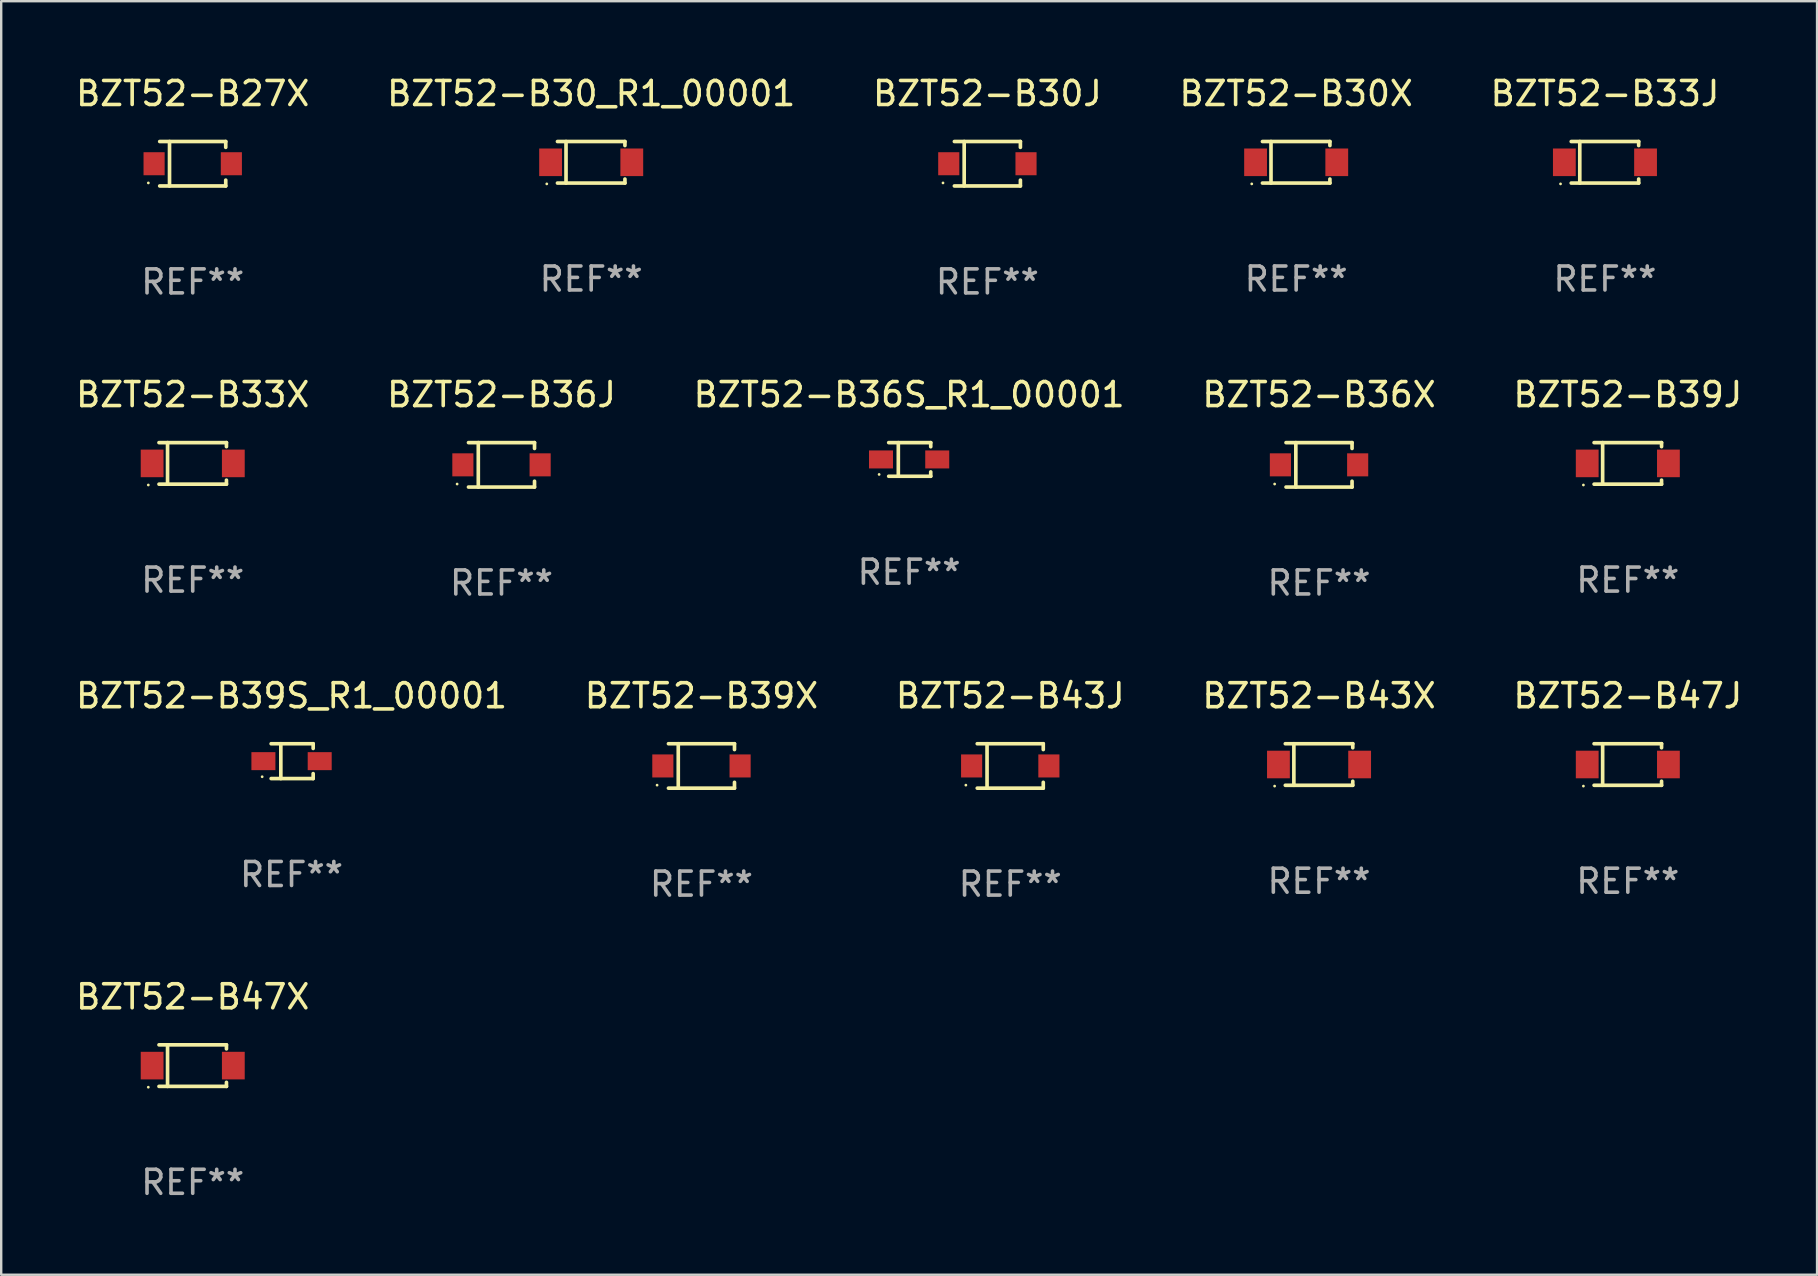
<source format=kicad_pcb>
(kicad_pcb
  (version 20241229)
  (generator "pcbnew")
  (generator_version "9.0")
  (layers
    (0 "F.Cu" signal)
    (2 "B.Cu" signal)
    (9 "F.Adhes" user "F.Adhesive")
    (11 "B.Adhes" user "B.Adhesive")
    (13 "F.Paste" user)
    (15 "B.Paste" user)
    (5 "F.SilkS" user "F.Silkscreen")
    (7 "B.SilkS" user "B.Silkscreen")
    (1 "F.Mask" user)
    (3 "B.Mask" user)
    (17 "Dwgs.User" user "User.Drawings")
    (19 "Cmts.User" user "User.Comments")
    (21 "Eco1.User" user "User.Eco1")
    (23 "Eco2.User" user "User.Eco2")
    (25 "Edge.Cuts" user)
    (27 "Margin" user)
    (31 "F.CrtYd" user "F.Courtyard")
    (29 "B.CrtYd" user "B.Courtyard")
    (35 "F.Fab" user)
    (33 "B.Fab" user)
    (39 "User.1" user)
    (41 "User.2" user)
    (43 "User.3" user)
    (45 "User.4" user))
  (footprint "BZT52-B36X"
    (layer "F.Cu")
    (at 51.923 16.323)
    (property "Reference" "BZT52-B36X" (at 0 -2.926 0) (layer "F.SilkS") (effects (font (size 1 1) (thickness 0.15))))
    (attr through_hole)
    (fp_line (start -1.376 -0.926) (end 1.376 -0.926) (stroke (width 0.152) (type solid)) (layer "F.SilkS"))
    (fp_line (start -1.376 0.926) (end 1.376 0.926) (stroke (width 0.152) (type solid)) (layer "F.SilkS"))
    (fp_line (start -0.967 -0.926) (end -0.967 0.926) (stroke (width 0.152) (type solid)) (layer "F.SilkS"))
    (fp_line (start 1.376 -0.926) (end 1.376 -0.683) (stroke (width 0.152) (type solid)) (layer "F.SilkS"))
    (fp_line (start 1.376 0.926) (end 1.376 0.683) (stroke (width 0.152) (type solid)) (layer "F.SilkS"))
    (fp_circle (center -1.85 0.8) (end -1.82 0.8) (stroke (width 0.06) (type solid)) (fill no) (layer "F.SilkS"))
    (fp_text user "REF**" (at 0 4.926 0) (layer "F.Fab") (effects (font (size 1 1) (thickness 0.15))))
    (pad "1" smd rect (at -1.61 0) (size 0.88 0.96) (layers "F.Cu" "F.Mask" "F.Paste"))
    (pad "2" smd rect (at 1.61 0) (size 0.88 0.96) (layers "F.Cu" "F.Mask" "F.Paste")))
  (footprint "BZT52-B27X"
    (layer "F.Cu")
    (at 4.982 3.774)
    (property "Reference" "BZT52-B27X" (at 0 -2.926 0) (layer "F.SilkS") (effects (font (size 1 1) (thickness 0.15))))
    (attr through_hole)
    (fp_line (start -1.376 -0.926) (end 1.376 -0.926) (stroke (width 0.152) (type solid)) (layer "F.SilkS"))
    (fp_line (start -1.376 0.926) (end 1.376 0.926) (stroke (width 0.152) (type solid)) (layer "F.SilkS"))
    (fp_line (start -0.967 -0.926) (end -0.967 0.926) (stroke (width 0.152) (type solid)) (layer "F.SilkS"))
    (fp_line (start 1.376 -0.926) (end 1.376 -0.683) (stroke (width 0.152) (type solid)) (layer "F.SilkS"))
    (fp_line (start 1.376 0.926) (end 1.376 0.683) (stroke (width 0.152) (type solid)) (layer "F.SilkS"))
    (fp_circle (center -1.85 0.8) (end -1.82 0.8) (stroke (width 0.06) (type solid)) (fill no) (layer "F.SilkS"))
    (fp_text user "REF**" (at 0 4.926 0) (layer "F.Fab") (effects (font (size 1 1) (thickness 0.15))))
    (pad "1" smd rect (at -1.61 0) (size 0.88 0.96) (layers "F.Cu" "F.Mask" "F.Paste"))
    (pad "2" smd rect (at 1.61 0) (size 0.88 0.96) (layers "F.Cu" "F.Mask" "F.Paste")))
  (footprint "BZT52-B47X"
    (layer "F.Cu")
    (at 4.982 41.361)
    (property "Reference" "BZT52-B47X" (at 0 -2.866 0) (layer "F.SilkS") (effects (font (size 1 1) (thickness 0.15))))
    (attr through_hole)
    (fp_line (start -1.406 -0.866) (end 1.406 -0.866) (stroke (width 0.152) (type solid)) (layer "F.SilkS"))
    (fp_line (start -1.406 0.866) (end 1.406 0.866) (stroke (width 0.152) (type solid)) (layer "F.SilkS"))
    (fp_line (start -1.049 -0.866) (end -1.049 0.866) (stroke (width 0.152) (type solid)) (layer "F.SilkS"))
    (fp_line (start 1.406 -0.866) (end 1.406 -0.698) (stroke (width 0.152) (type solid)) (layer "F.SilkS"))
    (fp_line (start 1.406 0.866) (end 1.406 0.698) (stroke (width 0.152) (type solid)) (layer "F.SilkS"))
    (fp_circle (center -1.851 0.9) (end -1.821 0.9) (stroke (width 0.06) (type solid)) (fill no) (layer "F.SilkS"))
    (fp_text user "REF**" (at 0 4.866 0) (layer "F.Fab") (effects (font (size 1 1) (thickness 0.15))))
    (pad "1" smd rect (at -1.692 0) (size 0.95 1.15) (layers "F.Cu" "F.Mask" "F.Paste"))
    (pad "2" smd rect (at 1.692 0) (size 0.95 1.15) (layers "F.Cu" "F.Mask" "F.Paste")))
  (footprint "BZT52-B39X"
    (layer "F.Cu")
    (at 26.185 28.872)
    (property "Reference" "BZT52-B39X" (at 0 -2.926 0) (layer "F.SilkS") (effects (font (size 1 1) (thickness 0.15))))
    (attr through_hole)
    (fp_line (start -1.376 -0.926) (end 1.376 -0.926) (stroke (width 0.152) (type solid)) (layer "F.SilkS"))
    (fp_line (start -1.376 0.926) (end 1.376 0.926) (stroke (width 0.152) (type solid)) (layer "F.SilkS"))
    (fp_line (start -0.967 -0.926) (end -0.967 0.926) (stroke (width 0.152) (type solid)) (layer "F.SilkS"))
    (fp_line (start 1.376 -0.926) (end 1.376 -0.683) (stroke (width 0.152) (type solid)) (layer "F.SilkS"))
    (fp_line (start 1.376 0.926) (end 1.376 0.683) (stroke (width 0.152) (type solid)) (layer "F.SilkS"))
    (fp_circle (center -1.85 0.8) (end -1.82 0.8) (stroke (width 0.06) (type solid)) (fill no) (layer "F.SilkS"))
    (fp_text user "REF**" (at 0 4.926 0) (layer "F.Fab") (effects (font (size 1 1) (thickness 0.15))))
    (pad "1" smd rect (at -1.61 0) (size 0.88 0.96) (layers "F.Cu" "F.Mask" "F.Paste"))
    (pad "2" smd rect (at 1.61 0) (size 0.88 0.96) (layers "F.Cu" "F.Mask" "F.Paste")))
  (footprint "BZT52-B36J"
    (layer "F.Cu")
    (at 17.851 16.323)
    (property "Reference" "BZT52-B36J" (at 0 -2.926 0) (layer "F.SilkS") (effects (font (size 1 1) (thickness 0.15))))
    (attr through_hole)
    (fp_line (start -1.376 -0.926) (end 1.376 -0.926) (stroke (width 0.152) (type solid)) (layer "F.SilkS"))
    (fp_line (start -1.376 0.926) (end 1.376 0.926) (stroke (width 0.152) (type solid)) (layer "F.SilkS"))
    (fp_line (start -0.967 -0.926) (end -0.967 0.926) (stroke (width 0.152) (type solid)) (layer "F.SilkS"))
    (fp_line (start 1.376 -0.926) (end 1.376 -0.683) (stroke (width 0.152) (type solid)) (layer "F.SilkS"))
    (fp_line (start 1.376 0.926) (end 1.376 0.683) (stroke (width 0.152) (type solid)) (layer "F.SilkS"))
    (fp_circle (center -1.85 0.8) (end -1.82 0.8) (stroke (width 0.06) (type solid)) (fill no) (layer "F.SilkS"))
    (fp_text user "REF**" (at 0 4.926 0) (layer "F.Fab") (effects (font (size 1 1) (thickness 0.15))))
    (pad "1" smd rect (at -1.61 0) (size 0.88 0.96) (layers "F.Cu" "F.Mask" "F.Paste"))
    (pad "2" smd rect (at 1.61 0) (size 0.88 0.96) (layers "F.Cu" "F.Mask" "F.Paste")))
  (footprint "BZT52-B43X"
    (layer "F.Cu")
    (at 51.923 28.812)
    (property "Reference" "BZT52-B43X" (at 0 -2.866 0) (layer "F.SilkS") (effects (font (size 1 1) (thickness 0.15))))
    (attr through_hole)
    (fp_line (start -1.406 -0.866) (end 1.406 -0.866) (stroke (width 0.152) (type solid)) (layer "F.SilkS"))
    (fp_line (start -1.406 0.866) (end 1.406 0.866) (stroke (width 0.152) (type solid)) (layer "F.SilkS"))
    (fp_line (start -1.049 -0.866) (end -1.049 0.866) (stroke (width 0.152) (type solid)) (layer "F.SilkS"))
    (fp_line (start 1.406 -0.866) (end 1.406 -0.698) (stroke (width 0.152) (type solid)) (layer "F.SilkS"))
    (fp_line (start 1.406 0.866) (end 1.406 0.698) (stroke (width 0.152) (type solid)) (layer "F.SilkS"))
    (fp_circle (center -1.851 0.9) (end -1.821 0.9) (stroke (width 0.06) (type solid)) (fill no) (layer "F.SilkS"))
    (fp_text user "REF**" (at 0 4.866 0) (layer "F.Fab") (effects (font (size 1 1) (thickness 0.15))))
    (pad "1" smd rect (at -1.692 0) (size 0.95 1.15) (layers "F.Cu" "F.Mask" "F.Paste"))
    (pad "2" smd rect (at 1.692 0) (size 0.95 1.15) (layers "F.Cu" "F.Mask" "F.Paste")))
  (footprint "BZT52-B47J"
    (layer "F.Cu")
    (at 64.792 28.812)
    (property "Reference" "BZT52-B47J" (at 0 -2.866 0) (layer "F.SilkS") (effects (font (size 1 1) (thickness 0.15))))
    (attr through_hole)
    (fp_line (start -1.406 -0.866) (end 1.406 -0.866) (stroke (width 0.152) (type solid)) (layer "F.SilkS"))
    (fp_line (start -1.406 0.866) (end 1.406 0.866) (stroke (width 0.152) (type solid)) (layer "F.SilkS"))
    (fp_line (start -1.049 -0.866) (end -1.049 0.866) (stroke (width 0.152) (type solid)) (layer "F.SilkS"))
    (fp_line (start 1.406 -0.866) (end 1.406 -0.698) (stroke (width 0.152) (type solid)) (layer "F.SilkS"))
    (fp_line (start 1.406 0.866) (end 1.406 0.698) (stroke (width 0.152) (type solid)) (layer "F.SilkS"))
    (fp_circle (center -1.851 0.9) (end -1.821 0.9) (stroke (width 0.06) (type solid)) (fill no) (layer "F.SilkS"))
    (fp_text user "REF**" (at 0 4.866 0) (layer "F.Fab") (effects (font (size 1 1) (thickness 0.15))))
    (pad "1" smd rect (at -1.692 0) (size 0.95 1.15) (layers "F.Cu" "F.Mask" "F.Paste"))
    (pad "2" smd rect (at 1.692 0) (size 0.95 1.15) (layers "F.Cu" "F.Mask" "F.Paste")))
  (footprint "BZT52-B43J"
    (layer "F.Cu")
    (at 39.054 28.872)
    (property "Reference" "BZT52-B43J" (at 0 -2.926 0) (layer "F.SilkS") (effects (font (size 1 1) (thickness 0.15))))
    (attr through_hole)
    (fp_line (start -1.376 -0.926) (end 1.376 -0.926) (stroke (width 0.152) (type solid)) (layer "F.SilkS"))
    (fp_line (start -1.376 0.926) (end 1.376 0.926) (stroke (width 0.152) (type solid)) (layer "F.SilkS"))
    (fp_line (start -0.967 -0.926) (end -0.967 0.926) (stroke (width 0.152) (type solid)) (layer "F.SilkS"))
    (fp_line (start 1.376 -0.926) (end 1.376 -0.683) (stroke (width 0.152) (type solid)) (layer "F.SilkS"))
    (fp_line (start 1.376 0.926) (end 1.376 0.683) (stroke (width 0.152) (type solid)) (layer "F.SilkS"))
    (fp_circle (center -1.85 0.8) (end -1.82 0.8) (stroke (width 0.06) (type solid)) (fill no) (layer "F.SilkS"))
    (fp_text user "REF**" (at 0 4.926 0) (layer "F.Fab") (effects (font (size 1 1) (thickness 0.15))))
    (pad "1" smd rect (at -1.61 0) (size 0.88 0.96) (layers "F.Cu" "F.Mask" "F.Paste"))
    (pad "2" smd rect (at 1.61 0) (size 0.88 0.96) (layers "F.Cu" "F.Mask" "F.Paste")))
  (footprint "BZT52-B36S_R1_00001"
    (layer "F.Cu")
    (at 34.839 16.098)
    (property "Reference" "BZT52-B36S_R1_00001" (at 0 -2.701 0) (layer "F.SilkS") (effects (font (size 1 1) (thickness 0.15))))
    (attr through_hole)
    (fp_line (start -0.851 -0.701) (end 0.901 -0.701) (stroke (width 0.152) (type solid)) (layer "F.SilkS"))
    (fp_line (start -0.851 0.701) (end 0.901 0.701) (stroke (width 0.152) (type solid)) (layer "F.SilkS"))
    (fp_line (start -0.45 -0.7) (end -0.45 0.69) (stroke (width 0.152) (type solid)) (layer "F.SilkS"))
    (fp_line (start 0.9 -0.7) (end 0.901 -0.53) (stroke (width 0.152) (type solid)) (layer "F.SilkS"))
    (fp_line (start 0.9 0.7) (end 0.901 0.52) (stroke (width 0.152) (type solid)) (layer "F.SilkS"))
    (fp_circle (center -1.25 0.625) (end -1.22 0.625) (stroke (width 0.06) (type solid)) (fill no) (layer "F.SilkS"))
    (fp_text user "REF**" (at 0 4.701 0) (layer "F.Fab") (effects (font (size 1 1) (thickness 0.15))))
    (pad "1" smd rect (at -1.172 -0.000102) (size 1 0.75) (layers "F.Cu" "F.Mask" "F.Paste"))
    (pad "2" smd rect (at 1.172 -0.000102) (size 1 0.75) (layers "F.Cu" "F.Mask" "F.Paste")))
  (footprint "BZT52-B39S_R1_00001"
    (layer "F.Cu")
    (at 9.101 28.672)
    (property "Reference" "BZT52-B39S_R1_00001" (at 0 -2.726 0) (layer "F.SilkS") (effects (font (size 1 1) (thickness 0.15))))
    (attr through_hole)
    (fp_line (start -0.851 -0.726) (end 0.901 -0.726) (stroke (width 0.152) (type solid)) (layer "F.SilkS"))
    (fp_line (start -0.851 0.726) (end 0.901 0.726) (stroke (width 0.152) (type solid)) (layer "F.SilkS"))
    (fp_line (start -0.447 -0.726) (end -0.447 0.726) (stroke (width 0.152) (type solid)) (layer "F.SilkS"))
    (fp_line (start 0.901 -0.726) (end 0.901 -0.53) (stroke (width 0.152) (type solid)) (layer "F.SilkS"))
    (fp_line (start 0.901 0.726) (end 0.901 0.52) (stroke (width 0.152) (type solid)) (layer "F.SilkS"))
    (fp_circle (center -1.225 0.65) (end -1.195 0.65) (stroke (width 0.06) (type solid)) (fill no) (layer "F.SilkS"))
    (fp_text user "REF**" (at 0 4.726 0) (layer "F.Fab") (effects (font (size 1 1) (thickness 0.15))))
    (pad "1" smd rect (at -1.173 0) (size 1 0.75) (layers "F.Cu" "F.Mask" "F.Paste"))
    (pad "2" smd rect (at 1.173 0) (size 1 0.75) (layers "F.Cu" "F.Mask" "F.Paste")))
  (footprint "BZT52-B33J"
    (layer "F.Cu")
    (at 63.839 3.714)
    (property "Reference" "BZT52-B33J" (at 0 -2.866 0) (layer "F.SilkS") (effects (font (size 1 1) (thickness 0.15))))
    (attr through_hole)
    (fp_line (start -1.406 -0.866) (end 1.406 -0.866) (stroke (width 0.152) (type solid)) (layer "F.SilkS"))
    (fp_line (start -1.406 0.866) (end 1.406 0.866) (stroke (width 0.152) (type solid)) (layer "F.SilkS"))
    (fp_line (start -1.049 -0.866) (end -1.049 0.866) (stroke (width 0.152) (type solid)) (layer "F.SilkS"))
    (fp_line (start 1.406 -0.866) (end 1.406 -0.698) (stroke (width 0.152) (type solid)) (layer "F.SilkS"))
    (fp_line (start 1.406 0.866) (end 1.406 0.698) (stroke (width 0.152) (type solid)) (layer "F.SilkS"))
    (fp_circle (center -1.851 0.9) (end -1.821 0.9) (stroke (width 0.06) (type solid)) (fill no) (layer "F.SilkS"))
    (fp_text user "REF**" (at 0 4.866 0) (layer "F.Fab") (effects (font (size 1 1) (thickness 0.15))))
    (pad "1" smd rect (at -1.692 0) (size 0.95 1.15) (layers "F.Cu" "F.Mask" "F.Paste"))
    (pad "2" smd rect (at 1.692 0) (size 0.95 1.15) (layers "F.Cu" "F.Mask" "F.Paste")))
  (footprint "BZT52-B30X"
    (layer "F.Cu")
    (at 50.97 3.714)
    (property "Reference" "BZT52-B30X" (at 0 -2.866 0) (layer "F.SilkS") (effects (font (size 1 1) (thickness 0.15))))
    (attr through_hole)
    (fp_line (start -1.406 -0.866) (end 1.406 -0.866) (stroke (width 0.152) (type solid)) (layer "F.SilkS"))
    (fp_line (start -1.406 0.866) (end 1.406 0.866) (stroke (width 0.152) (type solid)) (layer "F.SilkS"))
    (fp_line (start -1.049 -0.866) (end -1.049 0.866) (stroke (width 0.152) (type solid)) (layer "F.SilkS"))
    (fp_line (start 1.406 -0.866) (end 1.406 -0.698) (stroke (width 0.152) (type solid)) (layer "F.SilkS"))
    (fp_line (start 1.406 0.866) (end 1.406 0.698) (stroke (width 0.152) (type solid)) (layer "F.SilkS"))
    (fp_circle (center -1.851 0.9) (end -1.821 0.9) (stroke (width 0.06) (type solid)) (fill no) (layer "F.SilkS"))
    (fp_text user "REF**" (at 0 4.866 0) (layer "F.Fab") (effects (font (size 1 1) (thickness 0.15))))
    (pad "1" smd rect (at -1.692 0) (size 0.95 1.15) (layers "F.Cu" "F.Mask" "F.Paste"))
    (pad "2" smd rect (at 1.692 0) (size 0.95 1.15) (layers "F.Cu" "F.Mask" "F.Paste")))
  (footprint "BZT52-B33X"
    (layer "F.Cu")
    (at 4.982 16.263)
    (property "Reference" "BZT52-B33X" (at 0 -2.866 0) (layer "F.SilkS") (effects (font (size 1 1) (thickness 0.15))))
    (attr through_hole)
    (fp_line (start -1.406 -0.866) (end 1.406 -0.866) (stroke (width 0.152) (type solid)) (layer "F.SilkS"))
    (fp_line (start -1.406 0.866) (end 1.406 0.866) (stroke (width 0.152) (type solid)) (layer "F.SilkS"))
    (fp_line (start -1.049 -0.866) (end -1.049 0.866) (stroke (width 0.152) (type solid)) (layer "F.SilkS"))
    (fp_line (start 1.406 -0.866) (end 1.406 -0.698) (stroke (width 0.152) (type solid)) (layer "F.SilkS"))
    (fp_line (start 1.406 0.866) (end 1.406 0.698) (stroke (width 0.152) (type solid)) (layer "F.SilkS"))
    (fp_circle (center -1.851 0.9) (end -1.821 0.9) (stroke (width 0.06) (type solid)) (fill no) (layer "F.SilkS"))
    (fp_text user "REF**" (at 0 4.866 0) (layer "F.Fab") (effects (font (size 1 1) (thickness 0.15))))
    (pad "1" smd rect (at -1.692 0) (size 0.95 1.15) (layers "F.Cu" "F.Mask" "F.Paste"))
    (pad "2" smd rect (at 1.692 0) (size 0.95 1.15) (layers "F.Cu" "F.Mask" "F.Paste")))
  (footprint "BZT52-B30_R1_00001"
    (layer "F.Cu")
    (at 21.589 3.714)
    (property "Reference" "BZT52-B30_R1_00001" (at 0 -2.866 0) (layer "F.SilkS") (effects (font (size 1 1) (thickness 0.15))))
    (attr through_hole)
    (fp_line (start -1.406 -0.866) (end 1.406 -0.866) (stroke (width 0.152) (type solid)) (layer "F.SilkS"))
    (fp_line (start -1.406 0.866) (end 1.406 0.866) (stroke (width 0.152) (type solid)) (layer "F.SilkS"))
    (fp_line (start -1.049 -0.866) (end -1.049 0.866) (stroke (width 0.152) (type solid)) (layer "F.SilkS"))
    (fp_line (start 1.406 -0.866) (end 1.406 -0.698) (stroke (width 0.152) (type solid)) (layer "F.SilkS"))
    (fp_line (start 1.406 0.866) (end 1.406 0.698) (stroke (width 0.152) (type solid)) (layer "F.SilkS"))
    (fp_circle (center -1.851 0.9) (end -1.821 0.9) (stroke (width 0.06) (type solid)) (fill no) (layer "F.SilkS"))
    (fp_text user "REF**" (at 0 4.866 0) (layer "F.Fab") (effects (font (size 1 1) (thickness 0.15))))
    (pad "1" smd rect (at -1.692 0) (size 0.95 1.15) (layers "F.Cu" "F.Mask" "F.Paste"))
    (pad "2" smd rect (at 1.692 0) (size 0.95 1.15) (layers "F.Cu" "F.Mask" "F.Paste")))
  (footprint "BZT52-B39J"
    (layer "F.Cu")
    (at 64.792 16.263)
    (property "Reference" "BZT52-B39J" (at 0 -2.866 0) (layer "F.SilkS") (effects (font (size 1 1) (thickness 0.15))))
    (attr through_hole)
    (fp_line (start -1.406 -0.866) (end 1.406 -0.866) (stroke (width 0.152) (type solid)) (layer "F.SilkS"))
    (fp_line (start -1.406 0.866) (end 1.406 0.866) (stroke (width 0.152) (type solid)) (layer "F.SilkS"))
    (fp_line (start -1.049 -0.866) (end -1.049 0.866) (stroke (width 0.152) (type solid)) (layer "F.SilkS"))
    (fp_line (start 1.406 -0.866) (end 1.406 -0.698) (stroke (width 0.152) (type solid)) (layer "F.SilkS"))
    (fp_line (start 1.406 0.866) (end 1.406 0.698) (stroke (width 0.152) (type solid)) (layer "F.SilkS"))
    (fp_circle (center -1.851 0.9) (end -1.821 0.9) (stroke (width 0.06) (type solid)) (fill no) (layer "F.SilkS"))
    (fp_text user "REF**" (at 0 4.866 0) (layer "F.Fab") (effects (font (size 1 1) (thickness 0.15))))
    (pad "1" smd rect (at -1.692 0) (size 0.95 1.15) (layers "F.Cu" "F.Mask" "F.Paste"))
    (pad "2" smd rect (at 1.692 0) (size 0.95 1.15) (layers "F.Cu" "F.Mask" "F.Paste")))
  (footprint "BZT52-B30J"
    (layer "F.Cu")
    (at 38.101 3.774)
    (property "Reference" "BZT52-B30J" (at 0 -2.926 0) (layer "F.SilkS") (effects (font (size 1 1) (thickness 0.15))))
    (attr through_hole)
    (fp_line (start -1.376 -0.926) (end 1.376 -0.926) (stroke (width 0.152) (type solid)) (layer "F.SilkS"))
    (fp_line (start -1.376 0.926) (end 1.376 0.926) (stroke (width 0.152) (type solid)) (layer "F.SilkS"))
    (fp_line (start -0.967 -0.926) (end -0.967 0.926) (stroke (width 0.152) (type solid)) (layer "F.SilkS"))
    (fp_line (start 1.376 -0.926) (end 1.376 -0.683) (stroke (width 0.152) (type solid)) (layer "F.SilkS"))
    (fp_line (start 1.376 0.926) (end 1.376 0.683) (stroke (width 0.152) (type solid)) (layer "F.SilkS"))
    (fp_circle (center -1.85 0.8) (end -1.82 0.8) (stroke (width 0.06) (type solid)) (fill no) (layer "F.SilkS"))
    (fp_text user "REF**" (at 0 4.926 0) (layer "F.Fab") (effects (font (size 1 1) (thickness 0.15))))
    (pad "1" smd rect (at -1.61 0) (size 0.88 0.96) (layers "F.Cu" "F.Mask" "F.Paste"))
    (pad "2" smd rect (at 1.61 0) (size 0.88 0.96) (layers "F.Cu" "F.Mask" "F.Paste")))
  (gr_rect
    (start -3 -3)
    (end 72.679 50.076)
    (stroke (width 0.1) (type default))
    (fill no)
    (layer "Edge.Cuts")))
</source>
